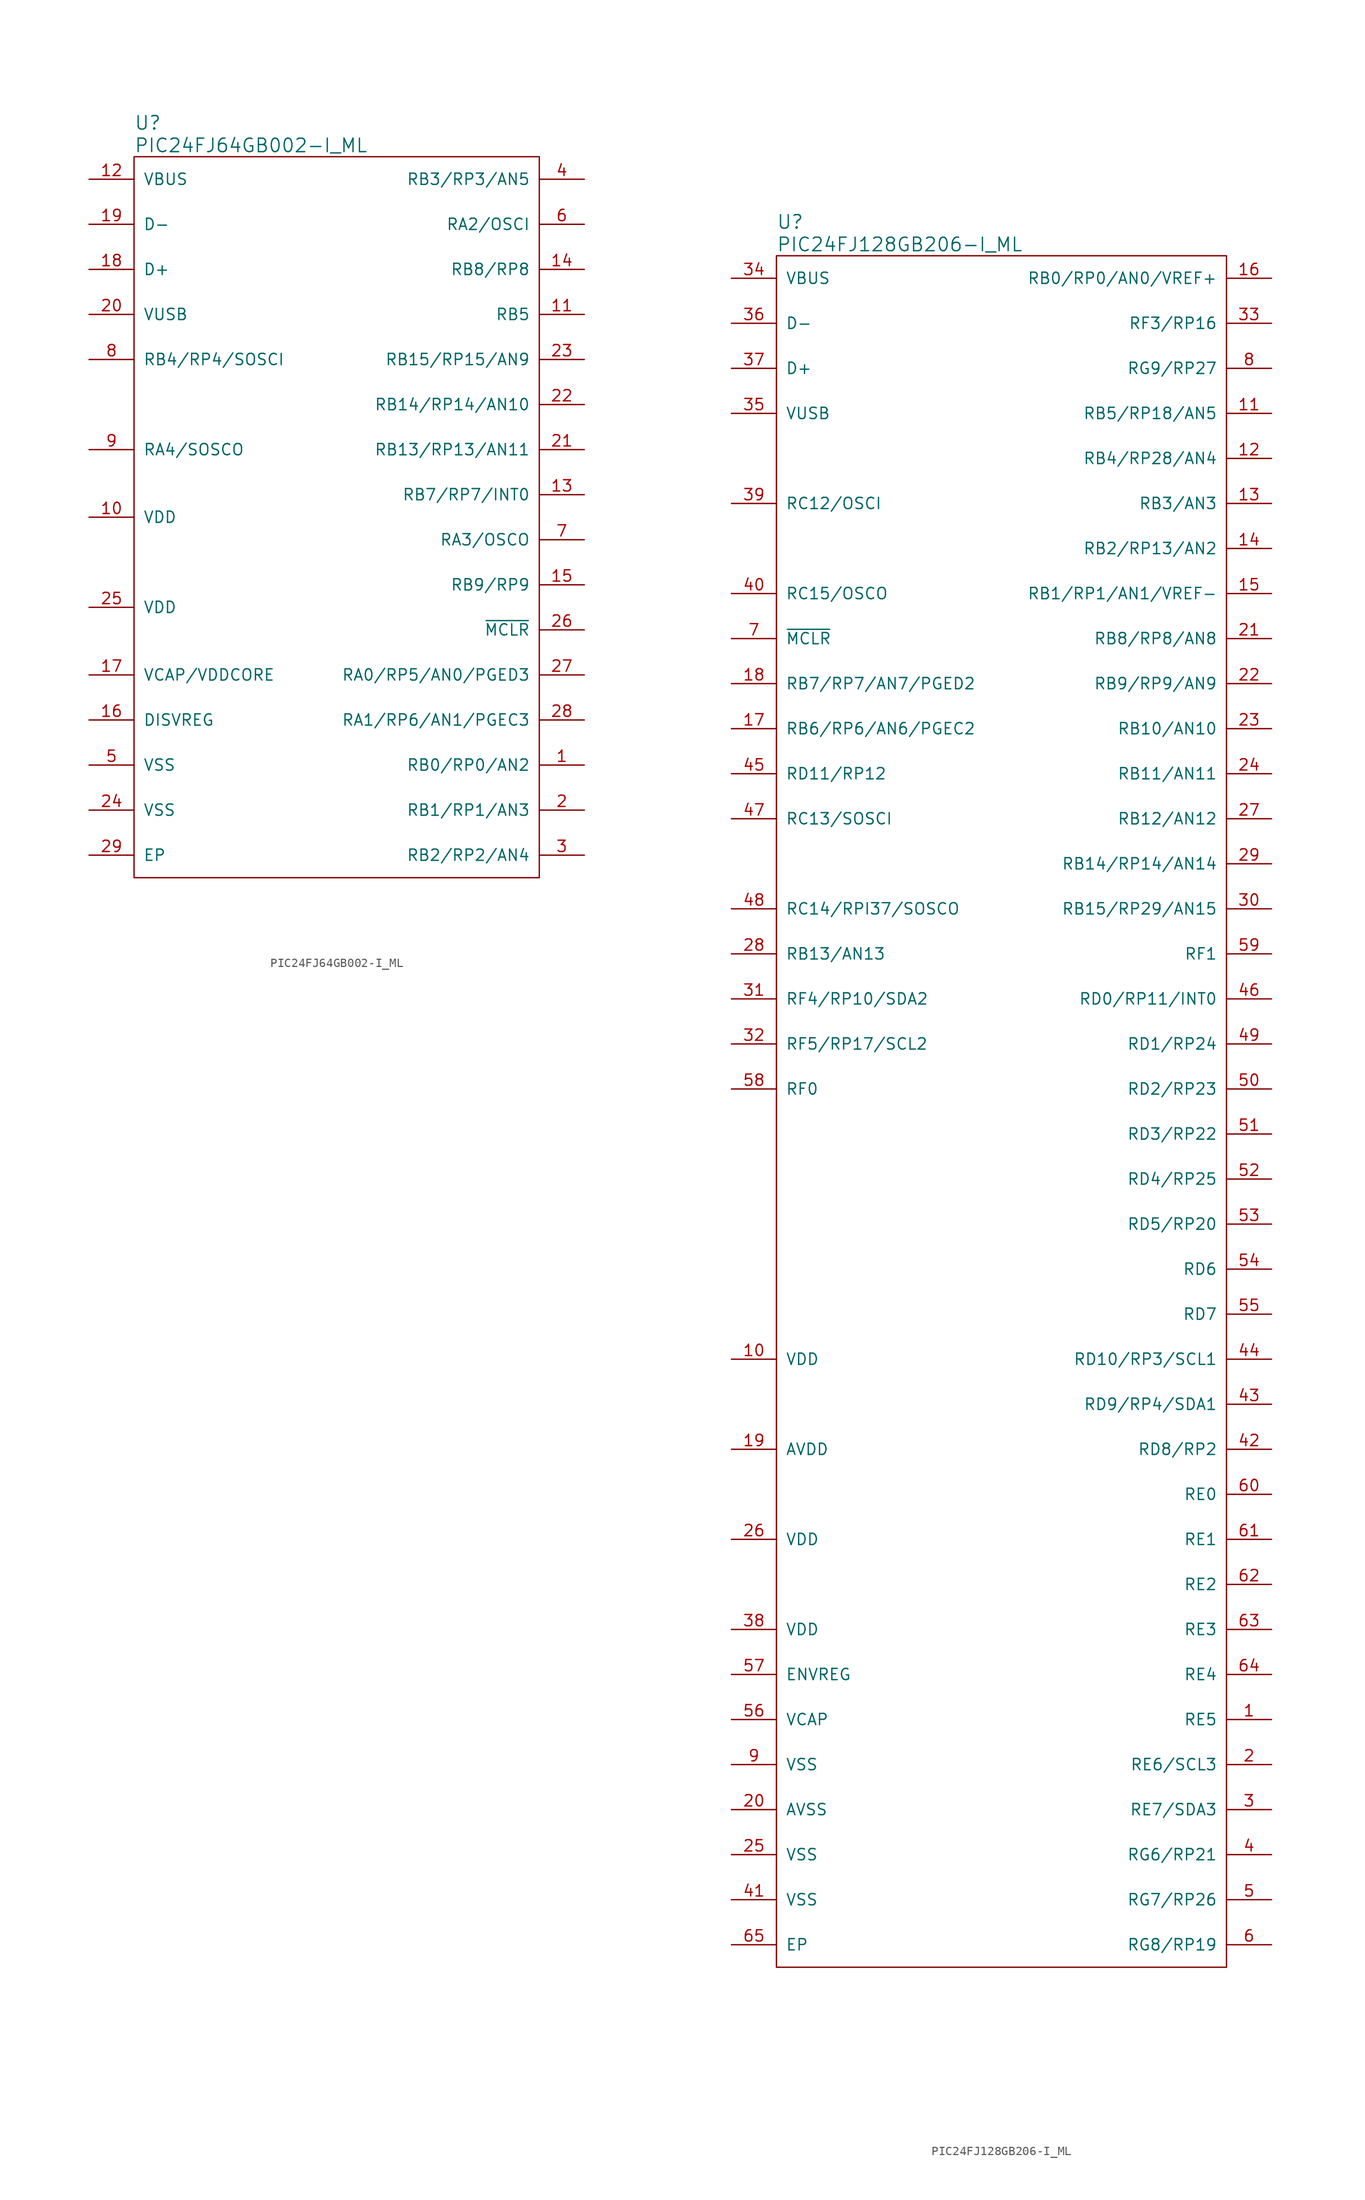
<source format=kicad_sym>
(kicad_symbol_lib
  (version 20211014)
  (generator kicad_symbol_editor)
  (symbol "PIC24FJ64GB002-I_ML"
    (pin_names
      (offset 1.016))
    (property "Reference" "U"
      (at -22.86 44.45 0)
      (effects (font (size 1.524 1.524)) (justify left)))
    (property "Value" "PIC24FJ64GB002-I_ML"
      (at -22.86 41.91 0)
      (effects (font (size 1.524 1.524)) (justify left)))
    (symbol "PIC24FJ64GB002-I_ML_0_1"
      (rectangle (start -22.86 40.64) (end 22.86 -40.64) (stroke (width 0) (type default) (color 0 0 0 0)) (fill (type none))))
    (symbol "PIC24FJ64GB002-I_ML_1_1"
      (pin input line (at 27.94 -27.94 180) (length 5.08) (name "RB0/RP0/AN2" (effects (font (size 1.27 1.27)))) (number "1" (effects (font (size 1.27 1.27)))))
      (pin input line (at -27.94 0 0) (length 5.08) (name "VDD" (effects (font (size 1.27 1.27)))) (number "10" (effects (font (size 1.27 1.27)))))
      (pin input line (at 27.94 22.86 180) (length 5.08) (name "RB5" (effects (font (size 1.27 1.27)))) (number "11" (effects (font (size 1.27 1.27)))))
      (pin input line (at -27.94 38.1 0) (length 5.08) (name "VBUS" (effects (font (size 1.27 1.27)))) (number "12" (effects (font (size 1.27 1.27)))))
      (pin input line (at 27.94 2.54 180) (length 5.08) (name "RB7/RP7/INT0" (effects (font (size 1.27 1.27)))) (number "13" (effects (font (size 1.27 1.27)))))
      (pin input line (at 27.94 27.94 180) (length 5.08) (name "RB8/RP8" (effects (font (size 1.27 1.27)))) (number "14" (effects (font (size 1.27 1.27)))))
      (pin input line (at 27.94 -7.62 180) (length 5.08) (name "RB9/RP9" (effects (font (size 1.27 1.27)))) (number "15" (effects (font (size 1.27 1.27)))))
      (pin input line (at -27.94 -22.86 0) (length 5.08) (name "DISVREG" (effects (font (size 1.27 1.27)))) (number "16" (effects (font (size 1.27 1.27)))))
      (pin input line (at -27.94 -17.78 0) (length 5.08) (name "VCAP/VDDCORE" (effects (font (size 1.27 1.27)))) (number "17" (effects (font (size 1.27 1.27)))))
      (pin input line (at -27.94 27.94 0) (length 5.08) (name "D+" (effects (font (size 1.27 1.27)))) (number "18" (effects (font (size 1.27 1.27)))))
      (pin input line (at -27.94 33.02 0) (length 5.08) (name "D-" (effects (font (size 1.27 1.27)))) (number "19" (effects (font (size 1.27 1.27)))))
      (pin input line (at 27.94 -33.02 180) (length 5.08) (name "RB1/RP1/AN3" (effects (font (size 1.27 1.27)))) (number "2" (effects (font (size 1.27 1.27)))))
      (pin input line (at -27.94 22.86 0) (length 5.08) (name "VUSB" (effects (font (size 1.27 1.27)))) (number "20" (effects (font (size 1.27 1.27)))))
      (pin input line (at 27.94 7.62 180) (length 5.08) (name "RB13/RP13/AN11" (effects (font (size 1.27 1.27)))) (number "21" (effects (font (size 1.27 1.27)))))
      (pin input line (at 27.94 12.7 180) (length 5.08) (name "RB14/RP14/AN10" (effects (font (size 1.27 1.27)))) (number "22" (effects (font (size 1.27 1.27)))))
      (pin input line (at 27.94 17.78 180) (length 5.08) (name "RB15/RP15/AN9" (effects (font (size 1.27 1.27)))) (number "23" (effects (font (size 1.27 1.27)))))
      (pin input line (at -27.94 -33.02 0) (length 5.08) (name "VSS" (effects (font (size 1.27 1.27)))) (number "24" (effects (font (size 1.27 1.27)))))
      (pin input line (at -27.94 -10.16 0) (length 5.08) (name "VDD" (effects (font (size 1.27 1.27)))) (number "25" (effects (font (size 1.27 1.27)))))
      (pin input line (at 27.94 -12.7 180) (length 5.08) (name "~{MCLR}" (effects (font (size 1.27 1.27)))) (number "26" (effects (font (size 1.27 1.27)))))
      (pin input line (at 27.94 -17.78 180) (length 5.08) (name "RA0/RP5/AN0/PGED3" (effects (font (size 1.27 1.27)))) (number "27" (effects (font (size 1.27 1.27)))))
      (pin input line (at 27.94 -22.86 180) (length 5.08) (name "RA1/RP6/AN1/PGEC3" (effects (font (size 1.27 1.27)))) (number "28" (effects (font (size 1.27 1.27)))))
      (pin input line (at -27.94 -38.1 0) (length 5.08) (name "EP" (effects (font (size 1.27 1.27)))) (number "29" (effects (font (size 1.27 1.27)))))
      (pin input line (at 27.94 -38.1 180) (length 5.08) (name "RB2/RP2/AN4" (effects (font (size 1.27 1.27)))) (number "3" (effects (font (size 1.27 1.27)))))
      (pin input line (at 27.94 38.1 180) (length 5.08) (name "RB3/RP3/AN5" (effects (font (size 1.27 1.27)))) (number "4" (effects (font (size 1.27 1.27)))))
      (pin input line (at -27.94 -27.94 0) (length 5.08) (name "VSS" (effects (font (size 1.27 1.27)))) (number "5" (effects (font (size 1.27 1.27)))))
      (pin input line (at 27.94 33.02 180) (length 5.08) (name "RA2/OSCI" (effects (font (size 1.27 1.27)))) (number "6" (effects (font (size 1.27 1.27)))))
      (pin input line (at 27.94 -2.54 180) (length 5.08) (name "RA3/OSCO" (effects (font (size 1.27 1.27)))) (number "7" (effects (font (size 1.27 1.27)))))
      (pin input line (at -27.94 17.78 0) (length 5.08) (name "RB4/RP4/SOSCI" (effects (font (size 1.27 1.27)))) (number "8" (effects (font (size 1.27 1.27)))))
      (pin input line (at -27.94 7.62 0) (length 5.08) (name "RA4/SOSCO" (effects (font (size 1.27 1.27)))) (number "9" (effects (font (size 1.27 1.27)))))))
  (symbol "PIC24FJ128GB206-I_ML"
    (pin_names
      (offset 1.016))
    (property "Reference" "U"
      (at -25.4 100.33 0)
      (effects (font (size 1.524 1.524)) (justify left)))
    (property "Value" "PIC24FJ128GB206-I_ML"
      (at -25.4 97.79 0)
      (effects (font (size 1.524 1.524)) (justify left)))
    (symbol "PIC24FJ128GB206-I_ML_0_1"
      (rectangle (start 25.4 96.52) (end -25.4 -96.52) (stroke (width 0) (type default) (color 0 0 0 0)) (fill (type none))))
    (symbol "PIC24FJ128GB206-I_ML_1_1"
      (pin input line (at 30.48 -68.58 180) (length 5.08) (name "RE5" (effects (font (size 1.27 1.27)))) (number "1" (effects (font (size 1.27 1.27)))))
      (pin input line (at -30.48 -27.94 0) (length 5.08) (name "VDD" (effects (font (size 1.27 1.27)))) (number "10" (effects (font (size 1.27 1.27)))))
      (pin input line (at 30.48 78.74 180) (length 5.08) (name "RB5/RP18/AN5" (effects (font (size 1.27 1.27)))) (number "11" (effects (font (size 1.27 1.27)))))
      (pin input line (at 30.48 73.66 180) (length 5.08) (name "RB4/RP28/AN4" (effects (font (size 1.27 1.27)))) (number "12" (effects (font (size 1.27 1.27)))))
      (pin input line (at 30.48 68.58 180) (length 5.08) (name "RB3/AN3" (effects (font (size 1.27 1.27)))) (number "13" (effects (font (size 1.27 1.27)))))
      (pin input line (at 30.48 63.5 180) (length 5.08) (name "RB2/RP13/AN2" (effects (font (size 1.27 1.27)))) (number "14" (effects (font (size 1.27 1.27)))))
      (pin input line (at 30.48 58.42 180) (length 5.08) (name "RB1/RP1/AN1/VREF-" (effects (font (size 1.27 1.27)))) (number "15" (effects (font (size 1.27 1.27)))))
      (pin input line (at 30.48 93.98 180) (length 5.08) (name "RB0/RP0/AN0/VREF+" (effects (font (size 1.27 1.27)))) (number "16" (effects (font (size 1.27 1.27)))))
      (pin input line (at -30.48 43.18 0) (length 5.08) (name "RB6/RP6/AN6/PGEC2" (effects (font (size 1.27 1.27)))) (number "17" (effects (font (size 1.27 1.27)))))
      (pin input line (at -30.48 48.26 0) (length 5.08) (name "RB7/RP7/AN7/PGED2" (effects (font (size 1.27 1.27)))) (number "18" (effects (font (size 1.27 1.27)))))
      (pin input line (at -30.48 -38.1 0) (length 5.08) (name "AVDD" (effects (font (size 1.27 1.27)))) (number "19" (effects (font (size 1.27 1.27)))))
      (pin input line (at 30.48 -73.66 180) (length 5.08) (name "RE6/SCL3" (effects (font (size 1.27 1.27)))) (number "2" (effects (font (size 1.27 1.27)))))
      (pin input line (at -30.48 -78.74 0) (length 5.08) (name "AVSS" (effects (font (size 1.27 1.27)))) (number "20" (effects (font (size 1.27 1.27)))))
      (pin input line (at 30.48 53.34 180) (length 5.08) (name "RB8/RP8/AN8" (effects (font (size 1.27 1.27)))) (number "21" (effects (font (size 1.27 1.27)))))
      (pin input line (at 30.48 48.26 180) (length 5.08) (name "RB9/RP9/AN9" (effects (font (size 1.27 1.27)))) (number "22" (effects (font (size 1.27 1.27)))))
      (pin input line (at 30.48 43.18 180) (length 5.08) (name "RB10/AN10" (effects (font (size 1.27 1.27)))) (number "23" (effects (font (size 1.27 1.27)))))
      (pin input line (at 30.48 38.1 180) (length 5.08) (name "RB11/AN11" (effects (font (size 1.27 1.27)))) (number "24" (effects (font (size 1.27 1.27)))))
      (pin input line (at -30.48 -83.82 0) (length 5.08) (name "VSS" (effects (font (size 1.27 1.27)))) (number "25" (effects (font (size 1.27 1.27)))))
      (pin input line (at -30.48 -48.26 0) (length 5.08) (name "VDD" (effects (font (size 1.27 1.27)))) (number "26" (effects (font (size 1.27 1.27)))))
      (pin input line (at 30.48 33.02 180) (length 5.08) (name "RB12/AN12" (effects (font (size 1.27 1.27)))) (number "27" (effects (font (size 1.27 1.27)))))
      (pin input line (at -30.48 17.78 0) (length 5.08) (name "RB13/AN13" (effects (font (size 1.27 1.27)))) (number "28" (effects (font (size 1.27 1.27)))))
      (pin input line (at 30.48 27.94 180) (length 5.08) (name "RB14/RP14/AN14" (effects (font (size 1.27 1.27)))) (number "29" (effects (font (size 1.27 1.27)))))
      (pin input line (at 30.48 -78.74 180) (length 5.08) (name "RE7/SDA3" (effects (font (size 1.27 1.27)))) (number "3" (effects (font (size 1.27 1.27)))))
      (pin input line (at 30.48 22.86 180) (length 5.08) (name "RB15/RP29/AN15" (effects (font (size 1.27 1.27)))) (number "30" (effects (font (size 1.27 1.27)))))
      (pin input line (at -30.48 12.7 0) (length 5.08) (name "RF4/RP10/SDA2" (effects (font (size 1.27 1.27)))) (number "31" (effects (font (size 1.27 1.27)))))
      (pin input line (at -30.48 7.62 0) (length 5.08) (name "RF5/RP17/SCL2" (effects (font (size 1.27 1.27)))) (number "32" (effects (font (size 1.27 1.27)))))
      (pin input line (at 30.48 88.9 180) (length 5.08) (name "RF3/RP16" (effects (font (size 1.27 1.27)))) (number "33" (effects (font (size 1.27 1.27)))))
      (pin input line (at -30.48 93.98 0) (length 5.08) (name "VBUS" (effects (font (size 1.27 1.27)))) (number "34" (effects (font (size 1.27 1.27)))))
      (pin input line (at -30.48 78.74 0) (length 5.08) (name "VUSB" (effects (font (size 1.27 1.27)))) (number "35" (effects (font (size 1.27 1.27)))))
      (pin input line (at -30.48 88.9 0) (length 5.08) (name "D-" (effects (font (size 1.27 1.27)))) (number "36" (effects (font (size 1.27 1.27)))))
      (pin input line (at -30.48 83.82 0) (length 5.08) (name "D+" (effects (font (size 1.27 1.27)))) (number "37" (effects (font (size 1.27 1.27)))))
      (pin input line (at -30.48 -58.42 0) (length 5.08) (name "VDD" (effects (font (size 1.27 1.27)))) (number "38" (effects (font (size 1.27 1.27)))))
      (pin input line (at -30.48 68.58 0) (length 5.08) (name "RC12/OSCI" (effects (font (size 1.27 1.27)))) (number "39" (effects (font (size 1.27 1.27)))))
      (pin input line (at 30.48 -83.82 180) (length 5.08) (name "RG6/RP21" (effects (font (size 1.27 1.27)))) (number "4" (effects (font (size 1.27 1.27)))))
      (pin input line (at -30.48 58.42 0) (length 5.08) (name "RC15/OSCO" (effects (font (size 1.27 1.27)))) (number "40" (effects (font (size 1.27 1.27)))))
      (pin input line (at -30.48 -88.9 0) (length 5.08) (name "VSS" (effects (font (size 1.27 1.27)))) (number "41" (effects (font (size 1.27 1.27)))))
      (pin input line (at 30.48 -38.1 180) (length 5.08) (name "RD8/RP2" (effects (font (size 1.27 1.27)))) (number "42" (effects (font (size 1.27 1.27)))))
      (pin input line (at 30.48 -33.02 180) (length 5.08) (name "RD9/RP4/SDA1" (effects (font (size 1.27 1.27)))) (number "43" (effects (font (size 1.27 1.27)))))
      (pin input line (at 30.48 -27.94 180) (length 5.08) (name "RD10/RP3/SCL1" (effects (font (size 1.27 1.27)))) (number "44" (effects (font (size 1.27 1.27)))))
      (pin input line (at -30.48 38.1 0) (length 5.08) (name "RD11/RP12" (effects (font (size 1.27 1.27)))) (number "45" (effects (font (size 1.27 1.27)))))
      (pin input line (at 30.48 12.7 180) (length 5.08) (name "RD0/RP11/INT0" (effects (font (size 1.27 1.27)))) (number "46" (effects (font (size 1.27 1.27)))))
      (pin input line (at -30.48 33.02 0) (length 5.08) (name "RC13/SOSCI" (effects (font (size 1.27 1.27)))) (number "47" (effects (font (size 1.27 1.27)))))
      (pin input line (at -30.48 22.86 0) (length 5.08) (name "RC14/RPI37/SOSCO" (effects (font (size 1.27 1.27)))) (number "48" (effects (font (size 1.27 1.27)))))
      (pin input line (at 30.48 7.62 180) (length 5.08) (name "RD1/RP24" (effects (font (size 1.27 1.27)))) (number "49" (effects (font (size 1.27 1.27)))))
      (pin input line (at 30.48 -88.9 180) (length 5.08) (name "RG7/RP26" (effects (font (size 1.27 1.27)))) (number "5" (effects (font (size 1.27 1.27)))))
      (pin input line (at 30.48 2.54 180) (length 5.08) (name "RD2/RP23" (effects (font (size 1.27 1.27)))) (number "50" (effects (font (size 1.27 1.27)))))
      (pin input line (at 30.48 -2.54 180) (length 5.08) (name "RD3/RP22" (effects (font (size 1.27 1.27)))) (number "51" (effects (font (size 1.27 1.27)))))
      (pin input line (at 30.48 -7.62 180) (length 5.08) (name "RD4/RP25" (effects (font (size 1.27 1.27)))) (number "52" (effects (font (size 1.27 1.27)))))
      (pin input line (at 30.48 -12.7 180) (length 5.08) (name "RD5/RP20" (effects (font (size 1.27 1.27)))) (number "53" (effects (font (size 1.27 1.27)))))
      (pin input line (at 30.48 -17.78 180) (length 5.08) (name "RD6" (effects (font (size 1.27 1.27)))) (number "54" (effects (font (size 1.27 1.27)))))
      (pin input line (at 30.48 -22.86 180) (length 5.08) (name "RD7" (effects (font (size 1.27 1.27)))) (number "55" (effects (font (size 1.27 1.27)))))
      (pin input line (at -30.48 -68.58 0) (length 5.08) (name "VCAP" (effects (font (size 1.27 1.27)))) (number "56" (effects (font (size 1.27 1.27)))))
      (pin input line (at -30.48 -63.5 0) (length 5.08) (name "ENVREG" (effects (font (size 1.27 1.27)))) (number "57" (effects (font (size 1.27 1.27)))))
      (pin input line (at -30.48 2.54 0) (length 5.08) (name "RF0" (effects (font (size 1.27 1.27)))) (number "58" (effects (font (size 1.27 1.27)))))
      (pin input line (at 30.48 17.78 180) (length 5.08) (name "RF1" (effects (font (size 1.27 1.27)))) (number "59" (effects (font (size 1.27 1.27)))))
      (pin input line (at 30.48 -93.98 180) (length 5.08) (name "RG8/RP19" (effects (font (size 1.27 1.27)))) (number "6" (effects (font (size 1.27 1.27)))))
      (pin input line (at 30.48 -43.18 180) (length 5.08) (name "RE0" (effects (font (size 1.27 1.27)))) (number "60" (effects (font (size 1.27 1.27)))))
      (pin input line (at 30.48 -48.26 180) (length 5.08) (name "RE1" (effects (font (size 1.27 1.27)))) (number "61" (effects (font (size 1.27 1.27)))))
      (pin input line (at 30.48 -53.34 180) (length 5.08) (name "RE2" (effects (font (size 1.27 1.27)))) (number "62" (effects (font (size 1.27 1.27)))))
      (pin input line (at 30.48 -58.42 180) (length 5.08) (name "RE3" (effects (font (size 1.27 1.27)))) (number "63" (effects (font (size 1.27 1.27)))))
      (pin input line (at 30.48 -63.5 180) (length 5.08) (name "RE4" (effects (font (size 1.27 1.27)))) (number "64" (effects (font (size 1.27 1.27)))))
      (pin input line (at -30.48 -93.98 0) (length 5.08) (name "EP" (effects (font (size 1.27 1.27)))) (number "65" (effects (font (size 1.27 1.27)))))
      (pin input line (at -30.48 53.34 0) (length 5.08) (name "~{MCLR}" (effects (font (size 1.27 1.27)))) (number "7" (effects (font (size 1.27 1.27)))))
      (pin input line (at 30.48 83.82 180) (length 5.08) (name "RG9/RP27" (effects (font (size 1.27 1.27)))) (number "8" (effects (font (size 1.27 1.27)))))
      (pin input line (at -30.48 -73.66 0) (length 5.08) (name "VSS" (effects (font (size 1.27 1.27)))) (number "9" (effects (font (size 1.27 1.27))))))))
</source>
